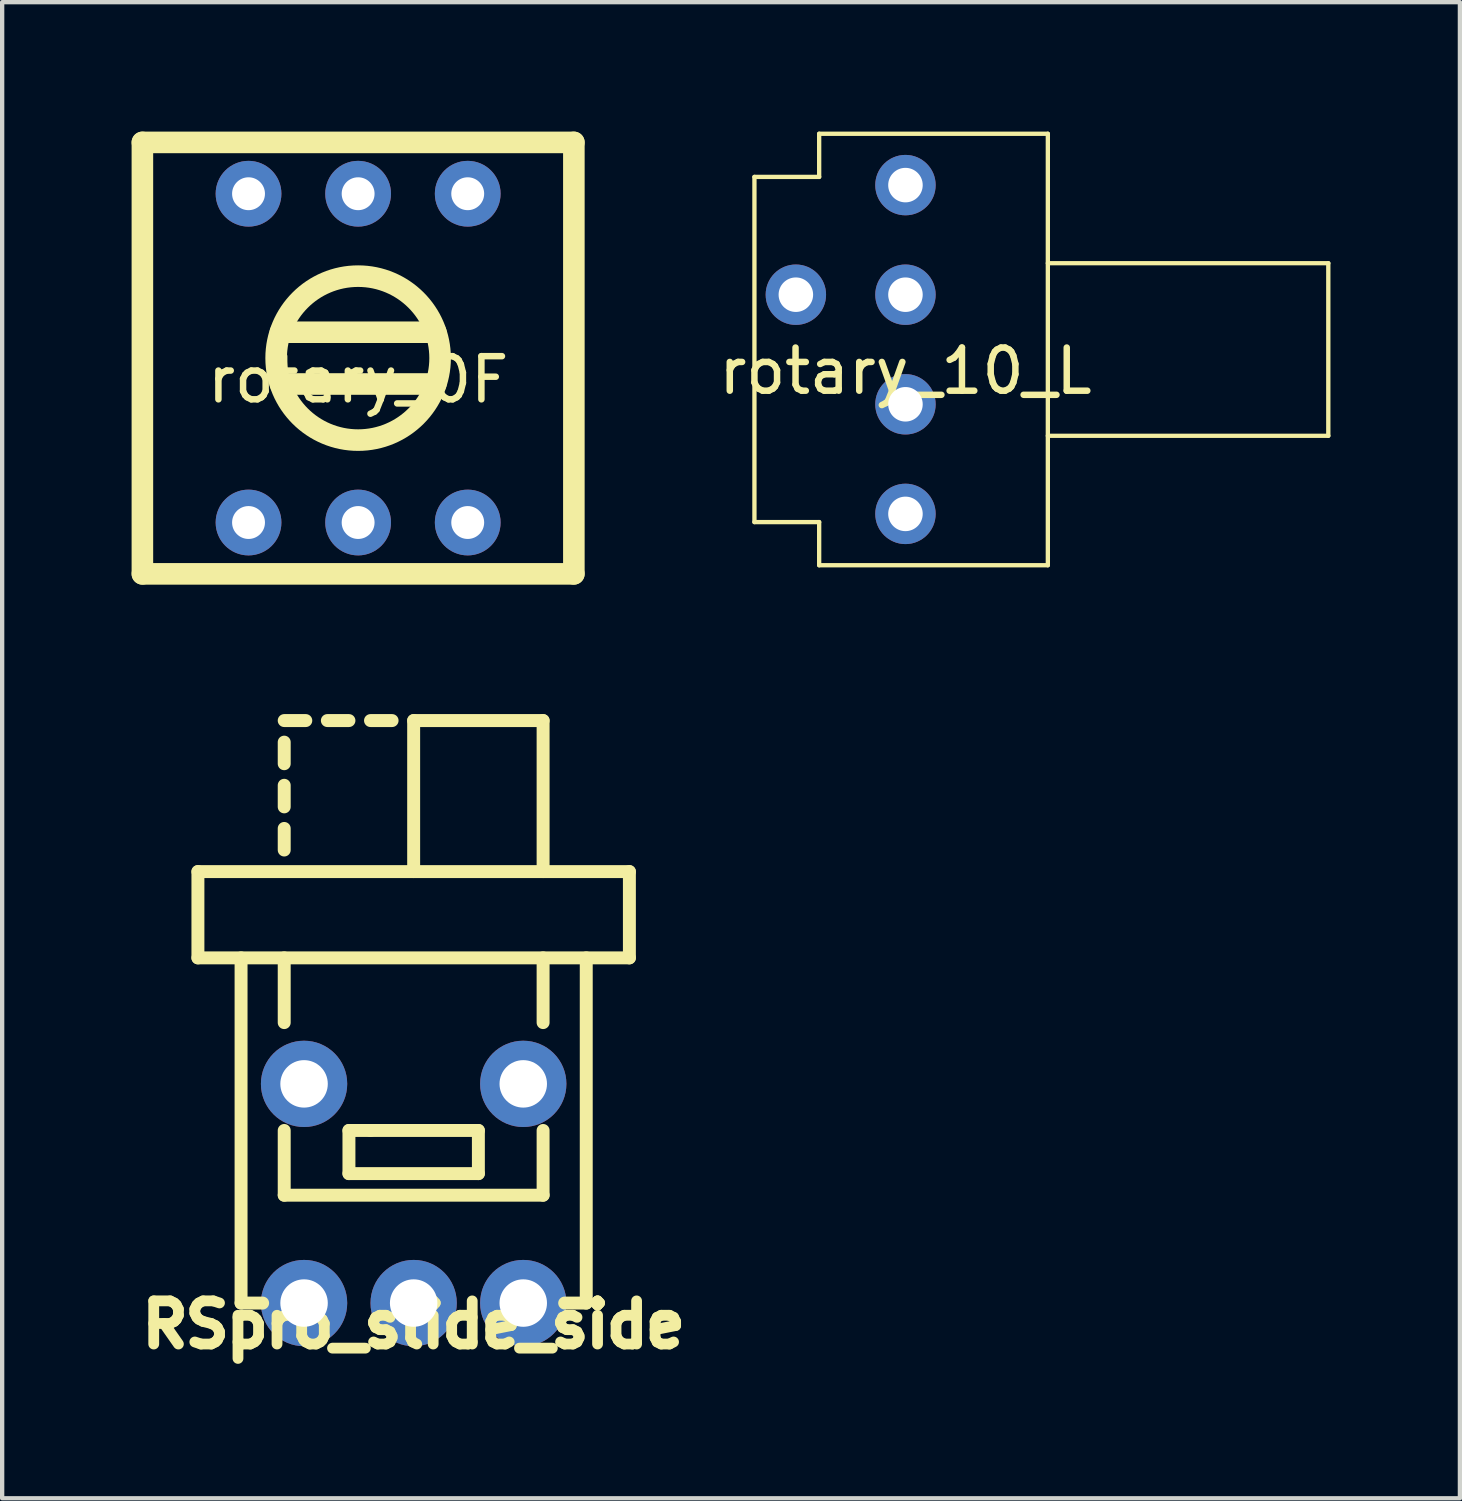
<source format=kicad_pcb>
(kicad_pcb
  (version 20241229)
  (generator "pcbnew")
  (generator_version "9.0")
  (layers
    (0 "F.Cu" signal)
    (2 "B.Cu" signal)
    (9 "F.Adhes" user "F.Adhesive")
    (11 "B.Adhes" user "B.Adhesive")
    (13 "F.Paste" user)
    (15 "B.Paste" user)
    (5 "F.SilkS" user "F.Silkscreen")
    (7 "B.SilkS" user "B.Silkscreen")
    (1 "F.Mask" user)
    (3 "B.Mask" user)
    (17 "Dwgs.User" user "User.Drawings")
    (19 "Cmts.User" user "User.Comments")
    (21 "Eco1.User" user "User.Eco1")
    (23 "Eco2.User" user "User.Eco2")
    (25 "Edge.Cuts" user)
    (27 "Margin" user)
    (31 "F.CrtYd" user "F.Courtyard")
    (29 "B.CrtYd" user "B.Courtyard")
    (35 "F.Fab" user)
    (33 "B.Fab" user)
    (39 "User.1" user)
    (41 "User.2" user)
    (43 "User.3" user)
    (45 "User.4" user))
  (footprint "RSpro_slide_side"
    (layer "F.Cu")
    (at 6.537 27.15)
    (property "Reference" "RSpro_slide_side" (at 0 0.5 0) (layer "F.SilkS") (effects (font (size 1 1) (thickness 0.3))))
    (attr through_hole)
    (fp_line (start -5 -10) (end -5 -8) (stroke (width 0.3) (type solid)) (layer "F.SilkS"))
    (fp_line (start -4 -8) (end -4 0) (stroke (width 0.3) (type solid)) (layer "F.SilkS"))
    (fp_line (start -4 0) (end -3.5 0) (stroke (width 0.3) (type solid)) (layer "F.SilkS"))
    (fp_line (start -3 -13) (end -3 -12.5) (stroke (width 0.3) (type solid)) (layer "F.SilkS"))
    (fp_line (start -3 -12) (end -3 -11.5) (stroke (width 0.3) (type solid)) (layer "F.SilkS"))
    (fp_line (start -3 -11) (end -3 -10.5) (stroke (width 0.3) (type solid)) (layer "F.SilkS"))
    (fp_line (start -3 -8) (end -3 -6.5) (stroke (width 0.3) (type solid)) (layer "F.SilkS"))
    (fp_line (start -3 -4) (end -3 -2.5) (stroke (width 0.3) (type solid)) (layer "F.SilkS"))
    (fp_line (start -3 -2.5) (end 3 -2.5) (stroke (width 0.3) (type solid)) (layer "F.SilkS"))
    (fp_line (start -2.5 -13.5) (end -3 -13.5) (stroke (width 0.3) (type solid)) (layer "F.SilkS"))
    (fp_line (start -1.5 -13.5) (end -2 -13.5) (stroke (width 0.3) (type solid)) (layer "F.SilkS"))
    (fp_line (start -1.5 -4) (end -1.5 -3) (stroke (width 0.3) (type solid)) (layer "F.SilkS"))
    (fp_line (start -1.5 -3) (end 1.5 -3) (stroke (width 0.3) (type solid)) (layer "F.SilkS"))
    (fp_line (start -1 -4) (end -1.5 -4) (stroke (width 0.3) (type solid)) (layer "F.SilkS"))
    (fp_line (start -0.5 -13.5) (end -1 -13.5) (stroke (width 0.3) (type solid)) (layer "F.SilkS"))
    (fp_line (start 0 -13.5) (end 0 -10) (stroke (width 0.3) (type solid)) (layer "F.SilkS"))
    (fp_line (start 1.5 -4) (end -1 -4) (stroke (width 0.3) (type solid)) (layer "F.SilkS"))
    (fp_line (start 1.5 -3) (end 1.5 -4) (stroke (width 0.3) (type solid)) (layer "F.SilkS"))
    (fp_line (start 3 -13.5) (end 0 -13.5) (stroke (width 0.3) (type solid)) (layer "F.SilkS"))
    (fp_line (start 3 -10) (end 3 -13.5) (stroke (width 0.3) (type solid)) (layer "F.SilkS"))
    (fp_line (start 3 -8) (end 3 -6.5) (stroke (width 0.3) (type solid)) (layer "F.SilkS"))
    (fp_line (start 3 -2.5) (end 3 -4) (stroke (width 0.3) (type solid)) (layer "F.SilkS"))
    (fp_line (start 4 -8) (end 4 0) (stroke (width 0.3) (type solid)) (layer "F.SilkS"))
    (fp_line (start 4 0) (end 3.5 0) (stroke (width 0.3) (type solid)) (layer "F.SilkS"))
    (fp_line (start 5 -10) (end -5 -10) (stroke (width 0.3) (type solid)) (layer "F.SilkS"))
    (fp_line (start 5 -8) (end -5 -8) (stroke (width 0.3) (type solid)) (layer "F.SilkS"))
    (fp_line (start 5 -8) (end 5 -10) (stroke (width 0.3) (type solid)) (layer "F.SilkS"))
    (pad "1" thru_hole circle (at -2.54 0) (size 2 2) (drill 1.1) (layers "*.Cu" "*.Mask"))
    (pad "2" thru_hole circle (at 0 0) (size 2 2) (drill 1.1) (layers "*.Cu" "*.Mask"))
    (pad "3" thru_hole circle (at 2.54 0) (size 2 2) (drill 1.1) (layers "*.Cu" "*.Mask"))
    (pad "4" thru_hole circle (at -2.54 -5.08) (size 2 2) (drill 1.1) (layers "*.Cu" "*.Mask"))
    (pad "5" thru_hole circle (at 2.54 -5.08) (size 2 2) (drill 1.1) (layers "*.Cu" "*.Mask")))
  (footprint "rotary_10_L"
    (layer "F.Cu")
    (at 17.935 5.05)
    (property "Reference" "rotary_10_L" (at 0 0.5 0) (layer "F.SilkS") (effects (font (size 1 1) (thickness 0.15))))
    (attr through_hole)
    (fp_line (start -3.5 4) (end -3.5 -4) (stroke (width 0.1) (type solid)) (layer "F.SilkS"))
    (fp_line (start -2 -5) (end -2 -4) (stroke (width 0.1) (type solid)) (layer "F.SilkS"))
    (fp_line (start -2 -5) (end 3.3 -5) (stroke (width 0.1) (type solid)) (layer "F.SilkS"))
    (fp_line (start -2 -4) (end -3.5 -4) (stroke (width 0.1) (type solid)) (layer "F.SilkS"))
    (fp_line (start -2 4) (end -3.5 4) (stroke (width 0.1) (type solid)) (layer "F.SilkS"))
    (fp_line (start -2 5) (end -2 4) (stroke (width 0.1) (type solid)) (layer "F.SilkS"))
    (fp_line (start 3.3 -2) (end 9.8 -2) (stroke (width 0.1) (type solid)) (layer "F.SilkS"))
    (fp_line (start 3.3 5) (end -2 5) (stroke (width 0.1) (type solid)) (layer "F.SilkS"))
    (fp_line (start 3.3 5) (end 3.3 -5) (stroke (width 0.1) (type solid)) (layer "F.SilkS"))
    (fp_line (start 9.8 -2) (end 9.8 2) (stroke (width 0.1) (type solid)) (layer "F.SilkS"))
    (fp_line (start 9.8 2) (end 3.3 2) (stroke (width 0.1) (type solid)) (layer "F.SilkS"))
    (pad "1" thru_hole circle (at 0 -3.81) (size 1.4 1.4) (drill 0.8) (layers "*.Cu" "*.Mask"))
    (pad "2" thru_hole circle (at -2.54 -1.27) (size 1.4 1.4) (drill 0.8) (layers "*.Cu" "*.Mask"))
    (pad "3" thru_hole circle (at 0 -1.27) (size 1.4 1.4) (drill 0.8) (layers "*.Cu" "*.Mask"))
    (pad "4" thru_hole circle (at 0 1.27) (size 1.4 1.4) (drill 0.8) (layers "*.Cu" "*.Mask"))
    (pad "6" thru_hole circle (at 0 3.81) (size 1.4 1.4) (drill 0.8) (layers "*.Cu" "*.Mask")))
  (footprint "rotary_0F"
    (layer "F.Cu")
    (at 5.25 5.25)
    (property "Reference" "rotary_0F" (at 0 0.5 0) (layer "F.SilkS") (effects (font (size 1 1) (thickness 0.15))))
    (attr through_hole)
    (fp_line (start -5 -5) (end -5 5) (stroke (width 0.5) (type solid)) (layer "F.SilkS"))
    (fp_line (start -5 5) (end 5 5) (stroke (width 0.5) (type solid)) (layer "F.SilkS"))
    (fp_line (start -1.8 0.6) (end 1.8 0.6) (stroke (width 0.5) (type solid)) (layer "F.SilkS"))
    (fp_line (start 1.8 -0.6) (end -1.8 -0.6) (stroke (width 0.5) (type solid)) (layer "F.SilkS"))
    (fp_line (start 5 -5) (end -5 -5) (stroke (width 0.5) (type solid)) (layer "F.SilkS"))
    (fp_line (start 5 5) (end 5 -5) (stroke (width 0.5) (type solid)) (layer "F.SilkS"))
    (fp_circle (center 0 0) (end 1.9 0) (stroke (width 0.5) (type solid)) (fill no) (layer "F.SilkS"))
    (pad "1" thru_hole circle (at -2.54 3.81) (size 1.524 1.524) (drill 0.762) (layers "*.Cu" "*.Mask"))
    (pad "2" thru_hole circle (at 0 3.81) (size 1.524 1.524) (drill 0.762) (layers "*.Cu" "*.Mask"))
    (pad "3" thru_hole circle (at 2.54 3.81) (size 1.524 1.524) (drill 0.762) (layers "*.Cu" "*.Mask"))
    (pad "4" thru_hole circle (at 2.54 -3.81) (size 1.524 1.524) (drill 0.762) (layers "*.Cu" "*.Mask"))
    (pad "5" thru_hole circle (at 0 -3.81) (size 1.524 1.524) (drill 0.762) (layers "*.Cu" "*.Mask"))
    (pad "6" thru_hole circle (at -2.54 -3.81) (size 1.524 1.524) (drill 0.762) (layers "*.Cu" "*.Mask")))
  (gr_rect
    (start -3 -3)
    (end 30.785 31.674)
    (stroke (width 0.1) (type default))
    (fill no)
    (layer "Edge.Cuts")))
</source>
